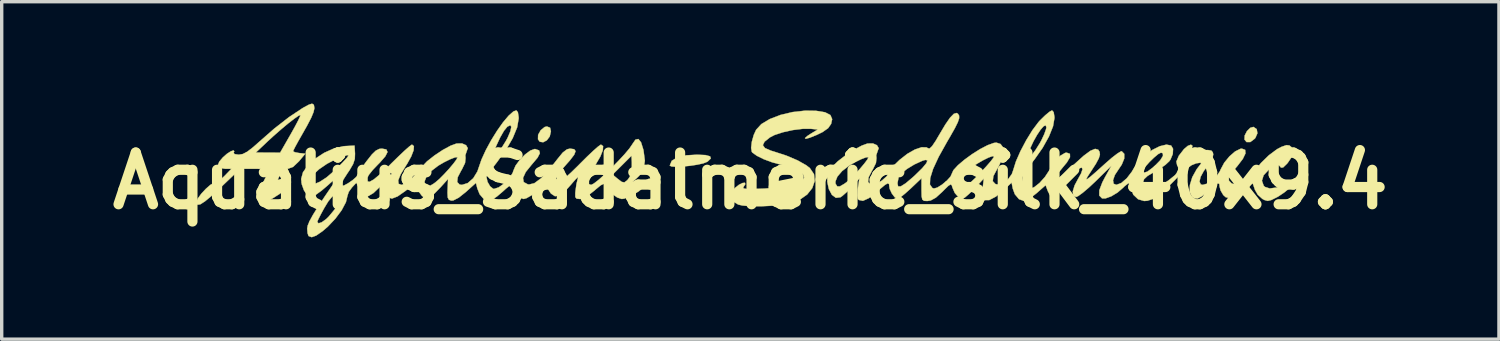
<source format=kicad_pcb>
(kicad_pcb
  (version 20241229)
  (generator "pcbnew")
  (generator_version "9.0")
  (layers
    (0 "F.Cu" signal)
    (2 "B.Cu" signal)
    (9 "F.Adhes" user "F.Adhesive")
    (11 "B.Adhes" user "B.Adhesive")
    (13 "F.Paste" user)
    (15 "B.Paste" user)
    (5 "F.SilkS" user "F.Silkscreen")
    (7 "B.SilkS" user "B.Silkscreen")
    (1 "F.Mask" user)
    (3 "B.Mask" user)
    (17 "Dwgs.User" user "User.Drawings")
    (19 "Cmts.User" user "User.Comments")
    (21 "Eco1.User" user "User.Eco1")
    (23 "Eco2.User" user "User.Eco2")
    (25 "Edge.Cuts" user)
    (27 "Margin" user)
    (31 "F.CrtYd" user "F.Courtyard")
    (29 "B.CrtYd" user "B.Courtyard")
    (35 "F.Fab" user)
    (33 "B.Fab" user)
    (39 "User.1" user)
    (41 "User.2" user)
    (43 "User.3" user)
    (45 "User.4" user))
  (footprint "Aqualius_Sadalmeric_silk_40x9.4"
    (layer "F.Cu")
    (at 19.057 2.279)
    (property "Reference" "Aqualius_Sadalmeric_silk_40x9.4" (at 0 0 0) (layer "F.SilkS") (effects (font (size 1.524 1.524) (thickness 0.3))))
    (attr through_hole)
    (fp_poly (pts (xy -5.899 -1.566) (xy -5.875 -1.458) (xy -5.91 -1.308) (xy -5.995 -1.195) (xy -6.102 -1.138) (xy -6.202 -1.152) (xy -6.256 -1.225) (xy -6.252 -1.356) (xy -6.175 -1.493) (xy -6.059 -1.587) (xy -5.993 -1.602) (xy -5.899 -1.566)) (stroke (width 0.01) (type solid)) (fill yes) (layer "F.SilkS"))
    (fp_poly (pts (xy 14.921 -1.524) (xy 14.941 -1.402) (xy 14.881 -1.265) (xy 14.862 -1.242) (xy 14.732 -1.144) (xy 14.621 -1.144) (xy 14.561 -1.217) (xy 14.566 -1.335) (xy 14.633 -1.465) (xy 14.733 -1.564) (xy 14.825 -1.59) (xy 14.921 -1.524)) (stroke (width 0.01) (type solid)) (fill yes) (layer "F.SilkS"))
    (fp_poly (pts (xy -1.321 -0.76) (xy -1.185 -0.723) (xy -1.163 -0.661) (xy -1.253 -0.573) (xy -1.272 -0.561) (xy -1.385 -0.516) (xy -1.563 -0.477) (xy -1.777 -0.444) (xy -1.996 -0.423) (xy -2.188 -0.415) (xy -2.324 -0.424) (xy -2.373 -0.451) (xy -2.315 -0.591) (xy -2.15 -0.692) (xy -1.887 -0.753) (xy -1.572 -0.771) (xy -1.321 -0.76)) (stroke (width 0.01) (type solid)) (fill yes) (layer "F.SilkS"))
    (fp_poly (pts (xy 1.937 -2.064) (xy 2.202 -2.021) (xy 2.359 -1.94) (xy 2.412 -1.818) (xy 2.381 -1.679) (xy 2.293 -1.553) (xy 2.128 -1.437) (xy 1.957 -1.354) (xy 1.752 -1.271) (xy 1.635 -1.24) (xy 1.61 -1.259) (xy 1.684 -1.325) (xy 1.795 -1.397) (xy 1.988 -1.513) (xy 1.78 -1.534) (xy 1.539 -1.533) (xy 1.252 -1.497) (xy 0.963 -1.433) (xy 0.715 -1.352) (xy 0.58 -1.283) (xy 0.419 -1.154) (xy 0.369 -1.052) (xy 0.432 -0.966) (xy 0.61 -0.889) (xy 0.694 -0.864) (xy 1.065 -0.743) (xy 1.394 -0.603) (xy 1.651 -0.458) (xy 1.755 -0.376) (xy 1.877 -0.196) (xy 1.897 0.006) (xy 1.826 0.212) (xy 1.675 0.402) (xy 1.453 0.557) (xy 1.209 0.649) (xy 0.946 0.699) (xy 0.636 0.733) (xy 0.313 0.749) (xy 0.012 0.748) (xy -0.233 0.726) (xy -0.356 0.698) (xy -0.526 0.596) (xy -0.584 0.461) (xy -0.528 0.3) (xy -0.452 0.209) (xy -0.336 0.116) (xy -0.23 0.063) (xy -0.158 0.056) (xy -0.148 0.099) (xy -0.185 0.156) (xy -0.21 0.198) (xy -0.193 0.224) (xy -0.116 0.237) (xy 0.038 0.239) (xy 0.286 0.232) (xy 0.417 0.227) (xy 0.848 0.195) (xy 1.189 0.135) (xy 1.431 0.05) (xy 1.567 -0.058) (xy 1.589 -0.102) (xy 1.557 -0.184) (xy 1.434 -0.279) (xy 1.245 -0.372) (xy 1.014 -0.451) (xy 0.892 -0.48) (xy 0.643 -0.547) (xy 0.4 -0.637) (xy 0.196 -0.737) (xy 0.065 -0.83) (xy 0.045 -0.854) (xy 0.024 -0.971) (xy 0.045 -1.151) (xy 0.101 -1.351) (xy 0.171 -1.504) (xy 0.325 -1.672) (xy 0.573 -1.821) (xy 0.888 -1.942) (xy 1.245 -2.027) (xy 1.62 -2.069) (xy 1.937 -2.064)) (stroke (width 0.01) (type solid)) (fill yes) (layer "F.SilkS"))
    (fp_poly (pts (xy -12.867 -2.248) (xy -12.857 -2.227) (xy -12.844 -2.141) (xy -12.87 -2.024) (xy -12.939 -1.858) (xy -13.061 -1.624) (xy -13.203 -1.373) (xy -13.322 -1.164) (xy -13.414 -0.995) (xy -13.465 -0.892) (xy -13.471 -0.873) (xy -13.42 -0.844) (xy -13.295 -0.82) (xy -13.292 -0.82) (xy -13.112 -0.801) (xy -13.296 -0.579) (xy -13.471 -0.412) (xy -13.625 -0.356) (xy -13.731 -0.329) (xy -13.821 -0.232) (xy -13.899 -0.09) (xy -13.978 0.102) (xy -13.981 0.206) (xy -13.908 0.226) (xy -13.79 0.185) (xy -13.656 0.135) (xy -13.617 0.148) (xy -13.671 0.22) (xy -13.818 0.346) (xy -13.865 0.382) (xy -14.093 0.528) (xy -14.268 0.574) (xy -14.397 0.519) (xy -14.443 0.462) (xy -14.468 0.375) (xy -14.441 0.248) (xy -14.356 0.053) (xy -14.345 0.03) (xy -14.261 -0.147) (xy -14.202 -0.277) (xy -14.184 -0.328) (xy -14.238 -0.342) (xy -14.381 -0.352) (xy -14.584 -0.356) (xy -14.606 -0.356) (xy -15.029 -0.356) (xy -15.588 0.178) (xy -15.863 0.433) (xy -16.068 0.603) (xy -16.207 0.692) (xy -16.289 0.703) (xy -16.32 0.64) (xy -16.32 0.623) (xy -16.279 0.52) (xy -16.176 0.379) (xy -16.041 0.234) (xy -15.906 0.116) (xy -15.802 0.06) (xy -15.791 0.059) (xy -15.693 0.019) (xy -15.558 -0.083) (xy -15.489 -0.148) (xy -15.288 -0.356) (xy -15.474 -0.356) (xy -15.638 -0.379) (xy -15.695 -0.448) (xy -15.646 -0.567) (xy -15.544 -0.688) (xy -15.422 -0.796) (xy -15.308 -0.87) (xy -15.227 -0.898) (xy -15.204 -0.871) (xy -15.222 -0.831) (xy -15.199 -0.789) (xy -15.082 -0.772) (xy -15.072 -0.771) (xy -14.954 -0.791) (xy -14.868 -0.835) (xy -14.569 -0.835) (xy -14.211 -0.833) (xy -13.853 -0.831) (xy -13.542 -1.374) (xy -13.417 -1.598) (xy -13.32 -1.782) (xy -13.264 -1.903) (xy -13.255 -1.939) (xy -13.312 -1.918) (xy -13.438 -1.831) (xy -13.616 -1.693) (xy -13.825 -1.518) (xy -14.049 -1.322) (xy -14.22 -1.165) (xy -14.569 -0.835) (xy -14.868 -0.835) (xy -14.822 -0.859) (xy -14.652 -0.99) (xy -14.489 -1.134) (xy -14.028 -1.538) (xy -13.593 -1.877) (xy -13.204 -2.136) (xy -13.167 -2.158) (xy -13.004 -2.246) (xy -12.913 -2.274) (xy -12.867 -2.248)) (stroke (width 0.01) (type solid)) (fill yes) (layer "F.SilkS"))
    (fp_poly (pts (xy -6.848 -2.023) (xy -6.826 -1.878) (xy -6.825 -1.838) (xy -6.87 -1.576) (xy -7 -1.259) (xy -7.206 -0.905) (xy -7.471 -0.541) (xy -7.612 -0.36) (xy -7.718 -0.214) (xy -7.771 -0.126) (xy -7.774 -0.115) (xy -7.742 0.03) (xy -7.666 0.161) (xy -7.574 0.234) (xy -7.552 0.237) (xy -7.412 0.191) (xy -7.249 0.074) (xy -7.1 -0.079) (xy -7.001 -0.237) (xy -6.983 -0.293) (xy -6.917 -0.448) (xy -6.792 -0.618) (xy -6.638 -0.776) (xy -6.483 -0.892) (xy -6.354 -0.939) (xy -6.336 -0.938) (xy -6.223 -0.897) (xy -6.2 -0.815) (xy -6.269 -0.682) (xy -6.432 -0.488) (xy -6.439 -0.481) (xy -6.617 -0.26) (xy -6.697 -0.086) (xy -6.677 0.036) (xy -6.557 0.101) (xy -6.519 0.107) (xy -6.362 0.069) (xy -6.164 -0.077) (xy -5.924 -0.333) (xy -5.681 -0.644) (xy -5.527 -0.833) (xy -5.402 -0.929) (xy -5.314 -0.95) (xy -5.19 -0.933) (xy -5.148 -0.876) (xy -5.189 -0.769) (xy -5.318 -0.601) (xy -5.432 -0.473) (xy -5.615 -0.262) (xy -5.712 -0.115) (xy -5.729 -0.019) (xy -5.67 0.038) (xy -5.65 0.045) (xy -5.585 0.014) (xy -5.456 -0.089) (xy -5.28 -0.248) (xy -5.075 -0.448) (xy -5.024 -0.5) (xy -4.813 -0.71) (xy -4.629 -0.884) (xy -4.488 -1.008) (xy -4.407 -1.066) (xy -4.399 -1.068) (xy -4.337 -1.024) (xy -4.345 -0.903) (xy -4.418 -0.718) (xy -4.553 -0.487) (xy -4.57 -0.461) (xy -4.727 -0.201) (xy -4.798 -0.019) (xy -4.783 0.086) (xy -4.69 0.119) (xy -4.608 0.077) (xy -4.466 -0.033) (xy -4.297 -0.185) (xy -4.057 -0.185) (xy -3.913 -0.065) (xy -3.79 0.029) (xy -3.712 0.046) (xy -3.635 -0.011) (xy -3.601 -0.048) (xy -3.526 -0.162) (xy -3.492 -0.313) (xy -3.491 -0.538) (xy -3.492 -0.563) (xy -3.501 -0.74) (xy -4.057 -0.185) (xy -4.297 -0.185) (xy -4.286 -0.195) (xy -4.085 -0.386) (xy -3.885 -0.59) (xy -3.704 -0.785) (xy -3.562 -0.954) (xy -3.479 -1.075) (xy -3.478 -1.078) (xy -3.384 -1.214) (xy -3.297 -1.233) (xy -3.219 -1.135) (xy -3.152 -0.921) (xy -3.146 -0.894) (xy -3.107 -0.593) (xy -3.145 -0.357) (xy -3.268 -0.155) (xy -3.434 0.002) (xy -3.548 0.113) (xy -3.566 0.172) (xy -3.5 0.178) (xy -3.363 0.13) (xy -3.166 0.027) (xy -3.165 0.027) (xy -2.997 -0.059) (xy -2.92 -0.072) (xy -2.936 -0.014) (xy -3.05 0.111) (xy -3.071 0.131) (xy -3.288 0.308) (xy -3.513 0.445) (xy -3.71 0.523) (xy -3.788 0.534) (xy -3.92 0.49) (xy -4.075 0.381) (xy -4.212 0.241) (xy -4.284 0.118) (xy -4.323 0.088) (xy -4.409 0.131) (xy -4.557 0.253) (xy -4.589 0.282) (xy -4.805 0.452) (xy -4.979 0.53) (xy -5.019 0.534) (xy -5.116 0.525) (xy -5.156 0.477) (xy -5.157 0.357) (xy -5.149 0.282) (xy -5.122 0.093) (xy -5.085 -0.062) (xy -5.075 -0.089) (xy -5.083 -0.107) (xy -5.149 -0.045) (xy -5.261 0.084) (xy -5.275 0.101) (xy -5.47 0.319) (xy -5.627 0.434) (xy -5.756 0.452) (xy -5.869 0.377) (xy -5.886 0.357) (xy -5.966 0.23) (xy -5.994 0.137) (xy -6.032 0.12) (xy -6.142 0.187) (xy -6.269 0.292) (xy -6.439 0.422) (xy -6.594 0.51) (xy -6.681 0.534) (xy -6.823 0.482) (xy -6.941 0.353) (xy -7.001 0.189) (xy -7.003 0.157) (xy -7.019 0.111) (xy -7.079 0.132) (xy -7.197 0.227) (xy -7.297 0.318) (xy -7.463 0.459) (xy -7.61 0.558) (xy -7.703 0.593) (xy -7.85 0.539) (xy -7.975 0.394) (xy -8.043 0.223) (xy -8.084 0.06) (xy -8.384 0.33) (xy -8.593 0.496) (xy -8.751 0.576) (xy -8.808 0.581) (xy -8.88 0.557) (xy -8.915 0.491) (xy -8.922 0.351) (xy -8.919 0.254) (xy -8.906 -0.055) (xy -9.121 0.183) (xy -9.311 0.378) (xy -9.454 0.482) (xy -9.567 0.504) (xy -9.667 0.451) (xy -9.673 0.445) (xy -9.774 0.309) (xy -9.818 0.2) (xy -9.855 0.052) (xy -10.161 0.296) (xy -10.393 0.458) (xy -10.559 0.522) (xy -10.663 0.488) (xy -10.706 0.357) (xy -10.708 0.297) (xy -10.691 0.118) (xy -10.656 -0.027) (xy -10.655 -0.03) (xy -10.667 -0.048) (xy -10.744 0.01) (xy -10.869 0.131) (xy -10.905 0.169) (xy -11.103 0.358) (xy -11.253 0.448) (xy -11.369 0.441) (xy -11.468 0.338) (xy -11.515 0.249) (xy -11.607 0.055) (xy -11.738 0.195) (xy -11.831 0.323) (xy -11.869 0.436) (xy -11.915 0.628) (xy -12.039 0.862) (xy -12.224 1.111) (xy -12.45 1.35) (xy -12.604 1.482) (xy -12.792 1.612) (xy -12.921 1.659) (xy -13.01 1.628) (xy -13.017 1.622) (xy -13.045 1.54) (xy -13.056 1.405) (xy -13.04 1.315) (xy -12.995 1.207) (xy -12.759 1.207) (xy -12.722 1.251) (xy -12.627 1.22) (xy -12.497 1.126) (xy -12.422 1.053) (xy -12.248 0.843) (xy -12.141 0.66) (xy -12.107 0.518) (xy -12.149 0.433) (xy -12.222 0.415) (xy -12.317 0.461) (xy -12.434 0.603) (xy -12.549 0.792) (xy -12.652 0.981) (xy -12.727 1.128) (xy -12.759 1.205) (xy -12.759 1.207) (xy -12.995 1.207) (xy -12.986 1.186) (xy -12.89 1.008) (xy -12.743 0.771) (xy -12.541 0.464) (xy -12.276 0.076) (xy -12.167 -0.081) (xy -12.166 -0.102) (xy -12.238 -0.052) (xy -12.369 0.059) (xy -12.452 0.134) (xy -12.636 0.29) (xy -12.8 0.409) (xy -12.916 0.47) (xy -12.939 0.475) (xy -13.05 0.421) (xy -13.149 0.284) (xy -13.216 0.099) (xy -13.223 0.041) (xy -12.997 0.041) (xy -12.954 0.1) (xy -12.841 0.093) (xy -12.681 0.026) (xy -12.496 -0.095) (xy -12.466 -0.118) (xy -12.299 -0.262) (xy -12.11 -0.442) (xy -12.018 -0.536) (xy -11.891 -0.673) (xy -11.841 -0.742) (xy -11.863 -0.758) (xy -11.929 -0.744) (xy -12.205 -0.643) (xy -12.471 -0.504) (xy -12.705 -0.344) (xy -12.883 -0.179) (xy -12.983 -0.026) (xy -12.997 0.041) (xy -13.223 0.041) (xy -13.234 -0.056) (xy -13.18 -0.253) (xy -13.033 -0.458) (xy -12.818 -0.655) (xy -12.556 -0.826) (xy -12.271 -0.954) (xy -11.987 -1.021) (xy -11.922 -1.026) (xy -11.661 -1.039) (xy -11.647 -0.801) (xy -11.653 -0.646) (xy -11.702 -0.497) (xy -11.808 -0.315) (xy -11.869 -0.226) (xy -11.982 -0.05) (xy -12.045 0.083) (xy -12.048 0.148) (xy -12.047 0.148) (xy -11.972 0.136) (xy -11.849 0.07) (xy -11.715 -0.023) (xy -11.61 -0.116) (xy -11.572 -0.179) (xy -11.539 -0.246) (xy -11.451 -0.38) (xy -11.326 -0.554) (xy -11.3 -0.588) (xy -11.148 -0.78) (xy -11.033 -0.891) (xy -10.933 -0.941) (xy -10.855 -0.95) (xy -10.724 -0.926) (xy -10.689 -0.851) (xy -10.754 -0.723) (xy -10.917 -0.536) (xy -10.974 -0.479) (xy -11.126 -0.32) (xy -11.238 -0.179) (xy -11.286 -0.089) (xy -11.283 0.013) (xy -11.22 0.029) (xy -11.093 -0.042) (xy -10.9 -0.203) (xy -10.894 -0.208) (xy -10.623 -0.208) (xy -10.593 -0.178) (xy -10.564 -0.208) (xy -10.593 -0.237) (xy -10.623 -0.208) (xy -10.894 -0.208) (xy -10.636 -0.454) (xy -10.591 -0.5) (xy -10.378 -0.708) (xy -10.194 -0.883) (xy -10.054 -1.007) (xy -9.975 -1.066) (xy -9.967 -1.068) (xy -9.912 -1.023) (xy -9.921 -0.901) (xy -9.99 -0.721) (xy -10.111 -0.502) (xy -10.148 -0.445) (xy -10.303 -0.191) (xy -10.374 -0.015) (xy -10.363 0.086) (xy -10.273 0.119) (xy -10.145 0.069) (xy -10.091 0.024) (xy -9.6 0.024) (xy -9.593 0.089) (xy -9.545 0.162) (xy -9.468 0.163) (xy -9.337 0.087) (xy -9.274 0.041) (xy -9.161 -0.056) (xy -9.021 -0.197) (xy -8.876 -0.355) (xy -8.748 -0.507) (xy -8.658 -0.628) (xy -8.627 -0.693) (xy -8.628 -0.696) (xy -8.7 -0.692) (xy -8.842 -0.638) (xy -9.026 -0.547) (xy -9.194 -0.448) (xy -9.401 -0.29) (xy -9.542 -0.125) (xy -9.6 0.024) (xy -10.091 0.024) (xy -9.975 -0.072) (xy -9.776 -0.291) (xy -9.676 -0.418) (xy -9.525 -0.575) (xy -9.307 -0.747) (xy -9.062 -0.91) (xy -8.828 -1.037) (xy -8.655 -1.1) (xy -8.495 -1.103) (xy -8.375 -1.051) (xy -8.324 -0.964) (xy -8.356 -0.875) (xy -8.396 -0.756) (xy -8.39 -0.671) (xy -8.405 -0.527) (xy -8.5 -0.332) (xy -8.518 -0.305) (xy -8.621 -0.107) (xy -8.636 0.034) (xy -8.564 0.109) (xy -8.496 0.119) (xy -8.325 0.065) (xy -8.163 -0.077) (xy -8.041 -0.277) (xy -8.008 -0.374) (xy -7.942 -0.564) (xy -7.654 -0.564) (xy -7.475 -0.771) (xy -7.339 -0.954) (xy -7.202 -1.175) (xy -7.151 -1.269) (xy -7.068 -1.464) (xy -7.042 -1.592) (xy -7.072 -1.64) (xy -7.159 -1.596) (xy -7.161 -1.594) (xy -7.259 -1.474) (xy -7.373 -1.274) (xy -7.488 -1.027) (xy -7.571 -0.807) (xy -7.654 -0.564) (xy -7.942 -0.564) (xy -7.921 -0.626) (xy -7.792 -0.908) (xy -7.634 -1.198) (xy -7.461 -1.477) (xy -7.286 -1.724) (xy -7.121 -1.92) (xy -6.981 -2.044) (xy -6.894 -2.077) (xy -6.848 -2.023)) (stroke (width 0.01) (type solid)) (fill yes) (layer "F.SilkS"))
    (fp_poly (pts (xy 8.939 -2.023) (xy 8.961 -1.88) (xy 8.961 -1.849) (xy 8.919 -1.606) (xy 8.799 -1.307) (xy 8.614 -0.975) (xy 8.375 -0.634) (xy 8.31 -0.552) (xy 8.169 -0.367) (xy 8.064 -0.207) (xy 8.014 -0.102) (xy 8.012 -0.088) (xy 8.047 0.07) (xy 8.135 0.192) (xy 8.236 0.236) (xy 8.365 0.186) (xy 8.523 0.061) (xy 8.681 -0.115) (xy 8.811 -0.313) (xy 8.812 -0.314) (xy 8.967 -0.56) (xy 9.127 -0.736) (xy 9.275 -0.824) (xy 9.32 -0.831) (xy 9.417 -0.797) (xy 9.42 -0.699) (xy 9.328 -0.543) (xy 9.228 -0.423) (xy 9.09 -0.252) (xy 9.024 -0.128) (xy 9.034 -0.064) (xy 9.058 -0.059) (xy 9.114 -0.098) (xy 9.236 -0.202) (xy 9.404 -0.356) (xy 9.562 -0.504) (xy 9.823 -0.74) (xy 10.019 -0.885) (xy 10.16 -0.943) (xy 10.251 -0.918) (xy 10.29 -0.856) (xy 10.301 -0.774) (xy 10.268 -0.664) (xy 10.183 -0.505) (xy 10.035 -0.276) (xy 10.009 -0.237) (xy 9.93 -0.115) (xy 9.9 -0.052) (xy 9.927 -0.052) (xy 10.018 -0.12) (xy 10.18 -0.26) (xy 10.42 -0.476) (xy 10.469 -0.52) (xy 10.654 -0.681) (xy 10.811 -0.802) (xy 10.916 -0.867) (xy 10.944 -0.873) (xy 11.018 -0.796) (xy 11.017 -0.656) (xy 10.945 -0.48) (xy 10.865 -0.361) (xy 10.741 -0.173) (xy 10.687 -0.018) (xy 10.705 0.085) (xy 10.786 0.117) (xy 10.931 0.063) (xy 11.093 -0.076) (xy 11.245 -0.275) (xy 11.262 -0.304) (xy 11.572 -0.304) (xy 11.604 -0.242) (xy 11.701 -0.273) (xy 11.866 -0.397) (xy 11.928 -0.452) (xy 12.08 -0.609) (xy 12.158 -0.735) (xy 12.155 -0.813) (xy 12.1 -0.831) (xy 12.019 -0.79) (xy 11.896 -0.687) (xy 11.76 -0.555) (xy 11.644 -0.424) (xy 11.578 -0.325) (xy 11.572 -0.304) (xy 11.262 -0.304) (xy 11.304 -0.378) (xy 11.441 -0.576) (xy 11.631 -0.759) (xy 11.848 -0.913) (xy 12.066 -1.021) (xy 12.26 -1.068) (xy 12.399 -1.041) (xy 12.456 -0.944) (xy 12.448 -0.792) (xy 12.38 -0.628) (xy 12.346 -0.58) (xy 12.23 -0.472) (xy 12.051 -0.347) (xy 11.901 -0.261) (xy 11.704 -0.145) (xy 11.601 -0.048) (xy 11.573 0.041) (xy 11.615 0.172) (xy 11.732 0.225) (xy 11.91 0.203) (xy 12.136 0.105) (xy 12.326 -0.016) (xy 12.52 -0.174) (xy 12.61 -0.302) (xy 12.603 -0.412) (xy 12.578 -0.449) (xy 12.553 -0.568) (xy 12.625 -0.738) (xy 12.777 -0.935) (xy 12.89 -1.031) (xy 12.983 -1.066) (xy 13.027 -1.035) (xy 13.017 -0.977) (xy 13.015 -0.924) (xy 13.076 -0.9) (xy 13.224 -0.899) (xy 13.301 -0.903) (xy 13.486 -0.908) (xy 13.584 -0.892) (xy 13.627 -0.842) (xy 13.64 -0.78) (xy 13.608 -0.62) (xy 13.513 -0.483) (xy 13.362 -0.293) (xy 13.267 -0.118) (xy 13.235 0.021) (xy 13.272 0.104) (xy 13.329 0.119) (xy 13.517 0.065) (xy 13.697 -0.078) (xy 13.835 -0.282) (xy 13.857 -0.334) (xy 13.964 -0.534) (xy 14.117 -0.721) (xy 14.285 -0.867) (xy 14.44 -0.944) (xy 14.482 -0.95) (xy 14.581 -0.913) (xy 14.59 -0.81) (xy 14.512 -0.648) (xy 14.35 -0.436) (xy 14.329 -0.412) (xy 14.174 -0.225) (xy 14.1 -0.098) (xy 14.102 -0.008) (xy 14.175 0.067) (xy 14.199 0.082) (xy 14.333 0.103) (xy 14.505 0.044) (xy 14.683 -0.08) (xy 14.836 -0.25) (xy 14.856 -0.28) (xy 15.044 -0.525) (xy 15.279 -0.754) (xy 15.523 -0.935) (xy 15.657 -1.005) (xy 15.798 -1.053) (xy 15.885 -1.043) (xy 15.944 -0.995) (xy 16.004 -0.877) (xy 15.969 -0.728) (xy 15.837 -0.534) (xy 15.812 -0.504) (xy 15.699 -0.395) (xy 15.635 -0.39) (xy 15.629 -0.401) (xy 15.569 -0.466) (xy 15.467 -0.45) (xy 15.305 -0.348) (xy 15.272 -0.323) (xy 15.124 -0.165) (xy 15.074 -0.003) (xy 15.126 0.142) (xy 15.163 0.178) (xy 15.305 0.224) (xy 15.508 0.195) (xy 15.745 0.096) (xy 15.865 0.024) (xy 16.007 -0.059) (xy 16.106 -0.096) (xy 16.129 -0.093) (xy 16.117 -0.03) (xy 16.03 0.079) (xy 15.893 0.211) (xy 15.728 0.345) (xy 15.558 0.459) (xy 15.511 0.485) (xy 15.349 0.565) (xy 15.244 0.59) (xy 15.149 0.564) (xy 15.089 0.532) (xy 14.951 0.408) (xy 14.869 0.265) (xy 14.826 0.137) (xy 14.802 0.073) (xy 14.802 0.072) (xy 14.759 0.1) (xy 14.66 0.19) (xy 14.587 0.262) (xy 14.363 0.444) (xy 14.168 0.518) (xy 14.007 0.482) (xy 13.936 0.418) (xy 13.856 0.281) (xy 13.828 0.171) (xy 13.818 0.089) (xy 13.777 0.072) (xy 13.69 0.125) (xy 13.54 0.255) (xy 13.494 0.297) (xy 13.311 0.452) (xy 13.179 0.522) (xy 13.077 0.514) (xy 13.009 0.463) (xy 12.945 0.322) (xy 12.952 0.121) (xy 13.023 -0.11) (xy 13.151 -0.341) (xy 13.226 -0.439) (xy 13.284 -0.514) (xy 13.261 -0.535) (xy 13.14 -0.517) (xy 13.132 -0.515) (xy 12.996 -0.459) (xy 12.823 -0.33) (xy 12.6 -0.119) (xy 12.512 -0.027) (xy 12.247 0.24) (xy 12.036 0.422) (xy 11.859 0.534) (xy 11.7 0.586) (xy 11.605 0.593) (xy 11.426 0.541) (xy 11.285 0.408) (xy 11.218 0.234) (xy 11.216 0.208) (xy 11.198 0.089) (xy 11.137 0.073) (xy 11.026 0.159) (xy 10.986 0.2) (xy 10.821 0.343) (xy 10.635 0.455) (xy 10.467 0.516) (xy 10.364 0.516) (xy 10.282 0.432) (xy 10.284 0.276) (xy 10.373 0.043) (xy 10.453 -0.111) (xy 10.639 -0.445) (xy 10.17 0.015) (xy 9.971 0.201) (xy 9.794 0.351) (xy 9.66 0.448) (xy 9.598 0.475) (xy 9.515 0.431) (xy 9.501 0.31) (xy 9.556 0.132) (xy 9.642 -0.03) (xy 9.746 -0.218) (xy 9.788 -0.343) (xy 9.766 -0.392) (xy 9.71 -0.374) (xy 9.636 -0.309) (xy 9.509 -0.178) (xy 9.351 -0.003) (xy 9.284 0.074) (xy 9.124 0.253) (xy 8.991 0.39) (xy 8.904 0.466) (xy 8.885 0.475) (xy 8.83 0.425) (xy 8.768 0.306) (xy 8.767 0.302) (xy 8.701 0.128) (xy 8.437 0.361) (xy 8.277 0.487) (xy 8.137 0.571) (xy 8.067 0.593) (xy 7.917 0.539) (xy 7.795 0.395) (xy 7.733 0.226) (xy 7.699 0.051) (xy 7.484 0.256) (xy 7.237 0.463) (xy 7.04 0.566) (xy 6.901 0.567) (xy 6.847 0.52) (xy 6.83 0.417) (xy 6.844 0.232) (xy 6.88 -0.068) (xy 6.597 0.233) (xy 6.447 0.383) (xy 6.322 0.491) (xy 6.248 0.534) (xy 6.247 0.534) (xy 6.135 0.483) (xy 6.026 0.358) (xy 5.957 0.201) (xy 5.934 0.125) (xy 5.899 0.105) (xy 5.832 0.149) (xy 5.711 0.267) (xy 5.655 0.324) (xy 5.467 0.494) (xy 5.316 0.577) (xy 5.217 0.593) (xy 5.119 0.588) (xy 5.068 0.551) (xy 5.048 0.456) (xy 5.044 0.272) (xy 5.044 0.258) (xy 5.044 -0.077) (xy 4.722 0.229) (xy 4.558 0.376) (xy 4.424 0.485) (xy 4.345 0.533) (xy 4.339 0.534) (xy 4.256 0.485) (xy 4.169 0.37) (xy 4.107 0.235) (xy 4.095 0.165) (xy 4.087 0.09) (xy 4.057 0.075) (xy 4.335 0.075) (xy 4.356 0.163) (xy 4.435 0.162) (xy 4.579 0.071) (xy 4.793 -0.11) (xy 4.853 -0.165) (xy 5.066 -0.374) (xy 5.188 -0.521) (xy 5.219 -0.603) (xy 5.157 -0.618) (xy 5.069 -0.592) (xy 4.834 -0.484) (xy 4.62 -0.354) (xy 4.456 -0.223) (xy 4.372 -0.11) (xy 4.369 -0.102) (xy 4.335 0.075) (xy 4.057 0.075) (xy 4.051 0.072) (xy 3.97 0.117) (xy 3.83 0.234) (xy 3.726 0.326) (xy 3.494 0.509) (xy 3.318 0.588) (xy 3.2 0.563) (xy 3.172 0.53) (xy 3.157 0.437) (xy 3.164 0.275) (xy 3.173 0.198) (xy 3.213 -0.069) (xy 2.992 0.176) (xy 2.846 0.326) (xy 2.713 0.443) (xy 2.654 0.484) (xy 2.522 0.499) (xy 2.404 0.412) (xy 2.314 0.242) (xy 2.272 0.048) (xy 2.271 0.024) (xy 2.506 0.024) (xy 2.514 0.089) (xy 2.562 0.162) (xy 2.639 0.163) (xy 2.77 0.087) (xy 2.833 0.041) (xy 2.946 -0.056) (xy 3.085 -0.197) (xy 3.23 -0.355) (xy 3.358 -0.507) (xy 3.449 -0.628) (xy 3.48 -0.693) (xy 3.478 -0.696) (xy 3.407 -0.692) (xy 3.265 -0.638) (xy 3.081 -0.547) (xy 2.912 -0.448) (xy 2.706 -0.29) (xy 2.565 -0.125) (xy 2.506 0.024) (xy 2.271 0.024) (xy 2.265 -0.139) (xy 2.311 -0.277) (xy 2.411 -0.414) (xy 2.579 -0.577) (xy 2.805 -0.752) (xy 3.052 -0.914) (xy 3.285 -1.039) (xy 3.452 -1.1) (xy 3.612 -1.103) (xy 3.731 -1.051) (xy 3.783 -0.964) (xy 3.751 -0.875) (xy 3.71 -0.756) (xy 3.717 -0.671) (xy 3.702 -0.527) (xy 3.607 -0.332) (xy 3.589 -0.305) (xy 3.486 -0.107) (xy 3.471 0.034) (xy 3.545 0.109) (xy 3.614 0.119) (xy 3.734 0.081) (xy 3.879 -0.011) (xy 4.01 -0.127) (xy 4.087 -0.234) (xy 4.095 -0.267) (xy 4.136 -0.344) (xy 4.245 -0.469) (xy 4.397 -0.617) (xy 4.626 -0.796) (xy 4.851 -0.924) (xy 5.047 -0.99) (xy 5.193 -0.987) (xy 5.235 -0.961) (xy 5.284 -0.954) (xy 5.357 -1.024) (xy 5.464 -1.183) (xy 5.563 -1.352) (xy 5.745 -1.658) (xy 5.887 -1.863) (xy 5.996 -1.975) (xy 6.078 -2) (xy 6.118 -1.977) (xy 6.152 -1.922) (xy 6.153 -1.845) (xy 6.114 -1.728) (xy 6.028 -1.554) (xy 5.888 -1.306) (xy 5.793 -1.144) (xy 5.55 -0.708) (xy 5.386 -0.354) (xy 5.3 -0.081) (xy 5.292 0.107) (xy 5.363 0.209) (xy 5.41 0.225) (xy 5.51 0.198) (xy 5.65 0.11) (xy 5.748 0.028) (xy 6.171 0.028) (xy 6.212 0.138) (xy 6.27 0.171) (xy 6.347 0.154) (xy 6.459 0.075) (xy 6.62 -0.076) (xy 6.78 -0.24) (xy 6.951 -0.424) (xy 7.086 -0.579) (xy 7.166 -0.685) (xy 7.181 -0.715) (xy 7.136 -0.728) (xy 7.02 -0.687) (xy 6.858 -0.607) (xy 6.677 -0.502) (xy 6.502 -0.386) (xy 6.382 -0.291) (xy 6.229 -0.121) (xy 6.171 0.028) (xy 5.748 0.028) (xy 5.792 -0.008) (xy 5.899 -0.126) (xy 5.935 -0.206) (xy 5.984 -0.315) (xy 6.116 -0.459) (xy 6.307 -0.621) (xy 6.532 -0.785) (xy 6.768 -0.934) (xy 6.99 -1.05) (xy 7.175 -1.117) (xy 7.248 -1.127) (xy 7.372 -1.087) (xy 7.444 -0.993) (xy 7.437 -0.887) (xy 7.424 -0.868) (xy 7.385 -0.748) (xy 7.394 -0.689) (xy 7.386 -0.575) (xy 7.31 -0.409) (xy 7.273 -0.35) (xy 7.161 -0.139) (xy 7.144 0.01) (xy 7.222 0.093) (xy 7.274 0.106) (xy 7.431 0.076) (xy 7.587 -0.037) (xy 7.706 -0.201) (xy 7.745 -0.312) (xy 7.824 -0.565) (xy 7.849 -0.623) (xy 8.143 -0.623) (xy 8.161 -0.613) (xy 8.232 -0.688) (xy 8.279 -0.742) (xy 8.401 -0.905) (xy 8.53 -1.11) (xy 8.579 -1.2) (xy 8.662 -1.378) (xy 8.714 -1.525) (xy 8.724 -1.58) (xy 8.701 -1.638) (xy 8.639 -1.607) (xy 8.551 -1.506) (xy 8.449 -1.354) (xy 8.345 -1.169) (xy 8.251 -0.969) (xy 8.179 -0.774) (xy 8.162 -0.712) (xy 8.143 -0.623) (xy 7.849 -0.623) (xy 7.958 -0.872) (xy 8.128 -1.194) (xy 8.312 -1.493) (xy 8.492 -1.733) (xy 8.538 -1.784) (xy 8.69 -1.932) (xy 8.817 -2.037) (xy 8.891 -2.077) (xy 8.891 -2.077) (xy 8.939 -2.023)) (stroke (width 0.01) (type solid)) (fill yes) (layer "F.SilkS")))
  (gr_rect
    (start -3 -3)
    (end 41.115 6.943)
    (stroke (width 0.1) (type default))
    (fill no)
    (layer "Edge.Cuts")))
</source>
